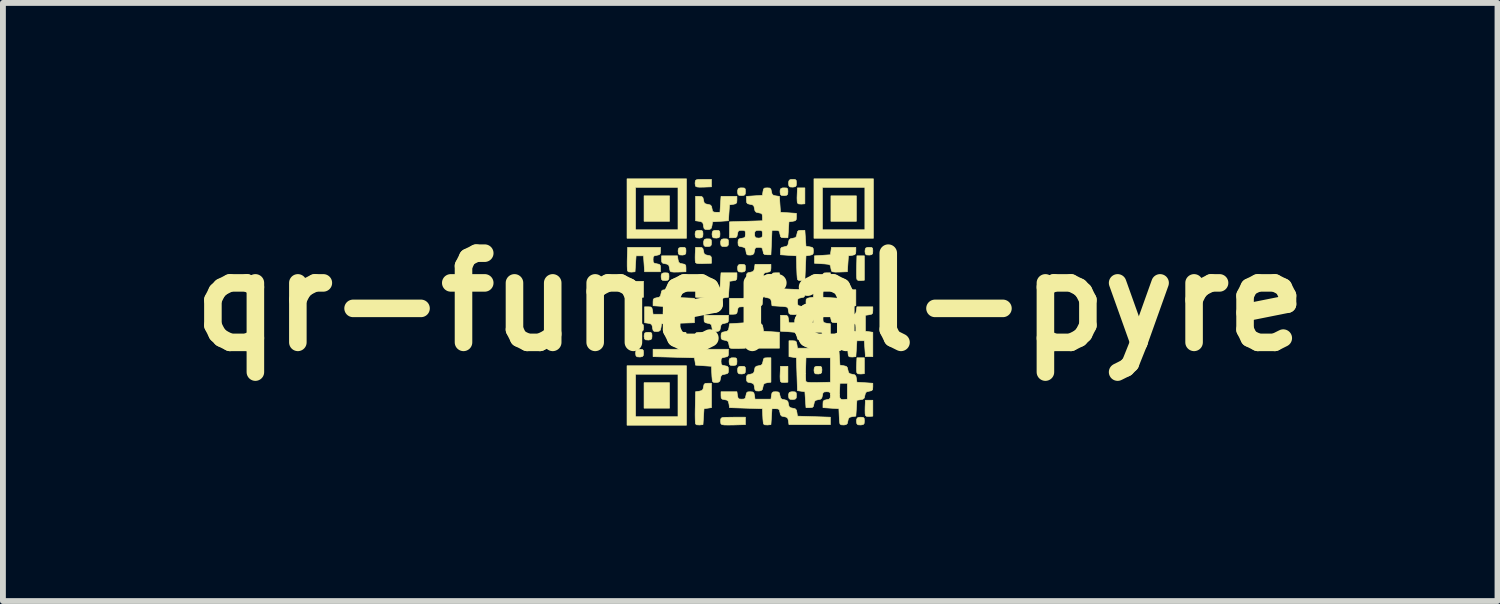
<source format=kicad_pcb>
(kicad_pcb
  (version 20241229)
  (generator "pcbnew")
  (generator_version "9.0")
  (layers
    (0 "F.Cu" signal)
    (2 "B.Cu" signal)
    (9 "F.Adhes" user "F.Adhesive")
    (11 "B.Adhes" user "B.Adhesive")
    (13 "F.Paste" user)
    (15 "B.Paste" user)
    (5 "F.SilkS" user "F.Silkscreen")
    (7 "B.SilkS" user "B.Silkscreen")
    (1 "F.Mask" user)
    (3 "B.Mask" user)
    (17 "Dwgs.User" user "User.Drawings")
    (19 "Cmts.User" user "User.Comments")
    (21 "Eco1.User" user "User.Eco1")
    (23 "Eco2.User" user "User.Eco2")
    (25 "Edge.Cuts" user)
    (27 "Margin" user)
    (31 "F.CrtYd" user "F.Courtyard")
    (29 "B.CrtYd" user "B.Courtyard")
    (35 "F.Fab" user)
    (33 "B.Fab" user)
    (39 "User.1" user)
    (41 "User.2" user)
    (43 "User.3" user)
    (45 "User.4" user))
  (footprint "qr-funeral-pyre"
    (layer "F.Cu")
    (at 9.768 2.11)
    (property "Reference" "qr-funeral-pyre" (at 0 0 0) (layer "F.SilkS") (effects (font (size 1.524 1.524) (thickness 0.3))))
    (attr through_hole)
    (fp_poly (pts (xy -1.379 -1.379) (xy -1.814 -1.379) (xy -1.814 -1.814) (xy -1.379 -1.814) (xy -1.379 -1.379)) (stroke (width 0.01) (type solid)) (fill yes) (layer "F.SilkS"))
    (fp_poly (pts (xy -1.379 1.814) (xy -1.814 1.814) (xy -1.814 1.379) (xy -1.379 1.379) (xy -1.379 1.814)) (stroke (width 0.01) (type solid)) (fill yes) (layer "F.SilkS"))
    (fp_poly (pts (xy 1.814 -1.379) (xy 1.379 -1.379) (xy 1.379 -1.814) (xy 1.814 -1.814) (xy 1.814 -1.379)) (stroke (width 0.01) (type solid)) (fill yes) (layer "F.SilkS"))
    (fp_poly (pts (xy 0.644 1.37) (xy 0.585 1.375) (xy 0.535 1.372) (xy 0.516 1.355) (xy 0.512 1.325) (xy 0.51 1.27) (xy 0.512 1.214) (xy 0.517 1.098) (xy 0.644 1.098) (xy 0.644 1.37)) (stroke (width 0.01) (type solid)) (fill yes) (layer "F.SilkS"))
    (fp_poly (pts (xy 0.934 -1.678) (xy 0.875 -1.673) (xy 0.826 -1.676) (xy 0.806 -1.693) (xy 0.802 -1.723) (xy 0.8 -1.778) (xy 0.802 -1.834) (xy 0.807 -1.95) (xy 0.934 -1.95) (xy 0.934 -1.678)) (stroke (width 0.01) (type solid)) (fill yes) (layer "F.SilkS"))
    (fp_poly (pts (xy 1.95 1.225) (xy 1.891 1.23) (xy 1.842 1.227) (xy 1.822 1.21) (xy 1.818 1.179) (xy 1.816 1.125) (xy 1.818 1.069) (xy 1.823 0.953) (xy 1.95 0.953) (xy 1.95 1.225)) (stroke (width 0.01) (type solid)) (fill yes) (layer "F.SilkS"))
    (fp_poly (pts (xy 2.095 1.95) (xy 2.036 1.956) (xy 1.987 1.953) (xy 1.967 1.936) (xy 1.963 1.905) (xy 1.962 1.851) (xy 1.963 1.794) (xy 1.968 1.678) (xy 2.095 1.678) (xy 2.095 1.95)) (stroke (width 0.01) (type solid)) (fill yes) (layer "F.SilkS"))
    (fp_poly (pts (xy 1.95 -0.372) (xy 1.891 -0.366) (xy 1.842 -0.369) (xy 1.823 -0.386) (xy 1.819 -0.413) (xy 1.817 -0.469) (xy 1.817 -0.542) (xy 1.818 -0.6) (xy 1.823 -0.789) (xy 1.95 -0.789) (xy 1.95 -0.372)) (stroke (width 0.01) (type solid)) (fill yes) (layer "F.SilkS"))
    (fp_poly (pts (xy -1.089 -1.089) (xy -2.105 -1.089) (xy -2.105 -1.959) (xy -1.959 -1.959) (xy -1.959 -1.234) (xy -1.234 -1.234) (xy -1.234 -1.959) (xy -1.959 -1.959) (xy -2.105 -1.959) (xy -2.105 -2.105) (xy -1.089 -2.105) (xy -1.089 -1.089)) (stroke (width 0.01) (type solid)) (fill yes) (layer "F.SilkS"))
    (fp_poly (pts (xy -1.089 2.105) (xy -2.105 2.105) (xy -2.105 1.234) (xy -1.959 1.234) (xy -1.959 1.959) (xy -1.234 1.959) (xy -1.234 1.234) (xy -1.959 1.234) (xy -2.105 1.234) (xy -2.105 1.089) (xy -1.089 1.089) (xy -1.089 2.105)) (stroke (width 0.01) (type solid)) (fill yes) (layer "F.SilkS"))
    (fp_poly (pts (xy 2.105 -1.089) (xy 1.089 -1.089) (xy 1.089 -1.959) (xy 1.234 -1.959) (xy 1.234 -1.234) (xy 1.959 -1.234) (xy 1.959 -1.959) (xy 1.234 -1.959) (xy 1.089 -1.959) (xy 1.089 -2.105) (xy 2.105 -2.105) (xy 2.105 -1.089)) (stroke (width 0.01) (type solid)) (fill yes) (layer "F.SilkS"))
    (fp_poly (pts (xy -1.989 0.52) (xy -1.972 0.536) (xy -1.969 0.576) (xy -1.968 0.581) (xy -1.972 0.624) (xy -1.989 0.643) (xy -2.028 0.65) (xy -2.078 0.646) (xy -2.097 0.628) (xy -2.103 0.589) (xy -2.101 0.559) (xy -2.091 0.53) (xy -2.063 0.519) (xy -2.032 0.517) (xy -1.989 0.52)) (stroke (width 0.01) (type solid)) (fill yes) (layer "F.SilkS"))
    (fp_poly (pts (xy -1.844 0.375) (xy -1.827 0.391) (xy -1.823 0.431) (xy -1.823 0.435) (xy -1.827 0.479) (xy -1.844 0.498) (xy -1.882 0.505) (xy -1.933 0.501) (xy -1.952 0.483) (xy -1.958 0.444) (xy -1.956 0.414) (xy -1.946 0.385) (xy -1.918 0.373) (xy -1.887 0.372) (xy -1.844 0.375)) (stroke (width 0.01) (type solid)) (fill yes) (layer "F.SilkS"))
    (fp_poly (pts (xy -1.844 0.81) (xy -1.827 0.826) (xy -1.823 0.866) (xy -1.823 0.871) (xy -1.827 0.914) (xy -1.844 0.933) (xy -1.882 0.94) (xy -1.933 0.936) (xy -1.952 0.919) (xy -1.958 0.879) (xy -1.956 0.849) (xy -1.946 0.82) (xy -1.918 0.809) (xy -1.887 0.807) (xy -1.844 0.81)) (stroke (width 0.01) (type solid)) (fill yes) (layer "F.SilkS"))
    (fp_poly (pts (xy -1.699 0.52) (xy -1.682 0.536) (xy -1.678 0.576) (xy -1.678 0.581) (xy -1.682 0.624) (xy -1.699 0.643) (xy -1.737 0.65) (xy -1.788 0.646) (xy -1.807 0.628) (xy -1.813 0.589) (xy -1.811 0.559) (xy -1.801 0.53) (xy -1.773 0.519) (xy -1.742 0.517) (xy -1.699 0.52)) (stroke (width 0.01) (type solid)) (fill yes) (layer "F.SilkS"))
    (fp_poly (pts (xy -1.409 -0.496) (xy -1.391 -0.48) (xy -1.388 -0.44) (xy -1.388 -0.435) (xy -1.391 -0.392) (xy -1.408 -0.373) (xy -1.447 -0.366) (xy -1.497 -0.37) (xy -1.516 -0.388) (xy -1.522 -0.427) (xy -1.521 -0.457) (xy -1.51 -0.486) (xy -1.482 -0.497) (xy -1.451 -0.499) (xy -1.409 -0.496)) (stroke (width 0.01) (type solid)) (fill yes) (layer "F.SilkS"))
    (fp_poly (pts (xy -1.119 -0.932) (xy -1.101 -0.916) (xy -1.098 -0.876) (xy -1.098 -0.871) (xy -1.101 -0.828) (xy -1.118 -0.809) (xy -1.157 -0.802) (xy -1.207 -0.805) (xy -1.226 -0.823) (xy -1.232 -0.862) (xy -1.231 -0.892) (xy -1.22 -0.921) (xy -1.192 -0.933) (xy -1.161 -0.934) (xy -1.119 -0.932)) (stroke (width 0.01) (type solid)) (fill yes) (layer "F.SilkS"))
    (fp_poly (pts (xy -1.098 -0.227) (xy -1.229 -0.221) (xy -1.302 -0.22) (xy -1.345 -0.225) (xy -1.367 -0.235) (xy -1.371 -0.243) (xy -1.377 -0.282) (xy -1.376 -0.312) (xy -1.37 -0.333) (xy -1.356 -0.346) (xy -1.326 -0.352) (xy -1.27 -0.354) (xy -1.234 -0.354) (xy -1.098 -0.354) (xy -1.098 -0.227)) (stroke (width 0.01) (type solid)) (fill yes) (layer "F.SilkS"))
    (fp_poly (pts (xy -1.098 0.644) (xy -1.229 0.649) (xy -1.302 0.651) (xy -1.345 0.646) (xy -1.367 0.635) (xy -1.371 0.628) (xy -1.377 0.589) (xy -1.376 0.559) (xy -1.37 0.538) (xy -1.356 0.525) (xy -1.326 0.519) (xy -1.27 0.517) (xy -1.234 0.517) (xy -1.098 0.517) (xy -1.098 0.644)) (stroke (width 0.01) (type solid)) (fill yes) (layer "F.SilkS"))
    (fp_poly (pts (xy -0.828 -1.222) (xy -0.811 -1.206) (xy -0.807 -1.166) (xy -0.807 -1.161) (xy -0.811 -1.118) (xy -0.828 -1.099) (xy -0.866 -1.092) (xy -0.917 -1.096) (xy -0.936 -1.113) (xy -0.942 -1.153) (xy -0.94 -1.183) (xy -0.93 -1.212) (xy -0.902 -1.223) (xy -0.871 -1.225) (xy -0.828 -1.222)) (stroke (width 0.01) (type solid)) (fill yes) (layer "F.SilkS"))
    (fp_poly (pts (xy -0.683 -1.077) (xy -0.666 -1.061) (xy -0.662 -1.021) (xy -0.662 -1.016) (xy -0.666 -0.973) (xy -0.683 -0.954) (xy -0.721 -0.947) (xy -0.772 -0.95) (xy -0.791 -0.968) (xy -0.797 -1.007) (xy -0.795 -1.037) (xy -0.785 -1.066) (xy -0.757 -1.078) (xy -0.726 -1.079) (xy -0.683 -1.077)) (stroke (width 0.01) (type solid)) (fill yes) (layer "F.SilkS"))
    (fp_poly (pts (xy -0.662 -1.968) (xy -0.794 -1.963) (xy -0.866 -1.962) (xy -0.91 -1.966) (xy -0.932 -1.977) (xy -0.936 -1.985) (xy -0.942 -2.023) (xy -0.94 -2.053) (xy -0.935 -2.075) (xy -0.921 -2.087) (xy -0.89 -2.093) (xy -0.835 -2.095) (xy -0.798 -2.095) (xy -0.662 -2.095) (xy -0.662 -1.968)) (stroke (width 0.01) (type solid)) (fill yes) (layer "F.SilkS"))
    (fp_poly (pts (xy -0.662 0.644) (xy -0.794 0.649) (xy -0.866 0.651) (xy -0.91 0.646) (xy -0.932 0.635) (xy -0.936 0.628) (xy -0.942 0.589) (xy -0.94 0.559) (xy -0.935 0.538) (xy -0.921 0.525) (xy -0.89 0.519) (xy -0.835 0.517) (xy -0.798 0.517) (xy -0.662 0.517) (xy -0.662 0.644)) (stroke (width 0.01) (type solid)) (fill yes) (layer "F.SilkS"))
    (fp_poly (pts (xy -0.538 -1.222) (xy -0.521 -1.206) (xy -0.517 -1.166) (xy -0.517 -1.161) (xy -0.52 -1.118) (xy -0.537 -1.099) (xy -0.576 -1.092) (xy -0.627 -1.096) (xy -0.646 -1.113) (xy -0.652 -1.153) (xy -0.65 -1.183) (xy -0.639 -1.212) (xy -0.611 -1.223) (xy -0.581 -1.225) (xy -0.538 -1.222)) (stroke (width 0.01) (type solid)) (fill yes) (layer "F.SilkS"))
    (fp_poly (pts (xy -0.393 -1.077) (xy -0.375 -1.061) (xy -0.372 -1.021) (xy -0.372 -1.016) (xy -0.375 -0.973) (xy -0.392 -0.954) (xy -0.431 -0.947) (xy -0.481 -0.95) (xy -0.5 -0.968) (xy -0.506 -1.007) (xy -0.505 -1.037) (xy -0.494 -1.066) (xy -0.466 -1.078) (xy -0.435 -1.079) (xy -0.393 -1.077)) (stroke (width 0.01) (type solid)) (fill yes) (layer "F.SilkS"))
    (fp_poly (pts (xy -0.248 0.955) (xy -0.23 0.971) (xy -0.227 1.011) (xy -0.227 1.016) (xy -0.23 1.059) (xy -0.247 1.078) (xy -0.286 1.085) (xy -0.336 1.082) (xy -0.355 1.064) (xy -0.361 1.025) (xy -0.36 0.995) (xy -0.349 0.966) (xy -0.321 0.954) (xy -0.29 0.953) (xy -0.248 0.955)) (stroke (width 0.01) (type solid)) (fill yes) (layer "F.SilkS"))
    (fp_poly (pts (xy -0.103 -1.948) (xy -0.085 -1.932) (xy -0.082 -1.892) (xy -0.082 -1.887) (xy -0.085 -1.844) (xy -0.102 -1.825) (xy -0.141 -1.818) (xy -0.191 -1.821) (xy -0.21 -1.839) (xy -0.216 -1.878) (xy -0.215 -1.908) (xy -0.204 -1.937) (xy -0.176 -1.949) (xy -0.145 -1.95) (xy -0.103 -1.948)) (stroke (width 0.01) (type solid)) (fill yes) (layer "F.SilkS"))
    (fp_poly (pts (xy -0.103 -0.641) (xy -0.085 -0.625) (xy -0.082 -0.585) (xy -0.082 -0.581) (xy -0.085 -0.537) (xy -0.102 -0.518) (xy -0.141 -0.511) (xy -0.191 -0.515) (xy -0.21 -0.533) (xy -0.216 -0.572) (xy -0.215 -0.602) (xy -0.204 -0.631) (xy -0.176 -0.643) (xy -0.145 -0.644) (xy -0.103 -0.641)) (stroke (width 0.01) (type solid)) (fill yes) (layer "F.SilkS"))
    (fp_poly (pts (xy -0.103 1.1) (xy -0.085 1.116) (xy -0.082 1.156) (xy -0.082 1.161) (xy -0.085 1.204) (xy -0.102 1.223) (xy -0.141 1.23) (xy -0.191 1.227) (xy -0.21 1.209) (xy -0.216 1.17) (xy -0.215 1.14) (xy -0.204 1.111) (xy -0.176 1.099) (xy -0.145 1.098) (xy -0.103 1.1)) (stroke (width 0.01) (type solid)) (fill yes) (layer "F.SilkS"))
    (fp_poly (pts (xy 0.623 -1.948) (xy 0.641 -1.932) (xy 0.644 -1.892) (xy 0.644 -1.887) (xy 0.641 -1.844) (xy 0.624 -1.825) (xy 0.585 -1.818) (xy 0.535 -1.821) (xy 0.516 -1.839) (xy 0.51 -1.878) (xy 0.511 -1.908) (xy 0.522 -1.937) (xy 0.55 -1.949) (xy 0.581 -1.95) (xy 0.623 -1.948)) (stroke (width 0.01) (type solid)) (fill yes) (layer "F.SilkS"))
    (fp_poly (pts (xy 0.768 -2.093) (xy 0.786 -2.077) (xy 0.789 -2.037) (xy 0.789 -2.032) (xy 0.786 -1.989) (xy 0.769 -1.97) (xy 0.73 -1.963) (xy 0.68 -1.966) (xy 0.661 -1.984) (xy 0.655 -2.023) (xy 0.656 -2.053) (xy 0.667 -2.082) (xy 0.695 -2.094) (xy 0.726 -2.095) (xy 0.768 -2.093)) (stroke (width 0.01) (type solid)) (fill yes) (layer "F.SilkS"))
    (fp_poly (pts (xy 0.768 1.536) (xy 0.786 1.552) (xy 0.789 1.592) (xy 0.789 1.597) (xy 0.786 1.64) (xy 0.769 1.659) (xy 0.73 1.666) (xy 0.68 1.662) (xy 0.661 1.644) (xy 0.655 1.605) (xy 0.656 1.575) (xy 0.667 1.546) (xy 0.695 1.535) (xy 0.726 1.533) (xy 0.768 1.536)) (stroke (width 0.01) (type solid)) (fill yes) (layer "F.SilkS"))
    (fp_poly (pts (xy 1.204 1.1) (xy 1.221 1.116) (xy 1.225 1.156) (xy 1.225 1.161) (xy 1.221 1.204) (xy 1.204 1.223) (xy 1.166 1.23) (xy 1.115 1.227) (xy 1.096 1.209) (xy 1.09 1.17) (xy 1.092 1.14) (xy 1.102 1.111) (xy 1.13 1.099) (xy 1.161 1.098) (xy 1.204 1.1)) (stroke (width 0.01) (type solid)) (fill yes) (layer "F.SilkS"))
    (fp_poly (pts (xy 1.805 0.064) (xy 1.746 0.069) (xy 1.699 0.067) (xy 1.679 0.051) (xy 1.671 0.015) (xy 1.665 -0.018) (xy 1.654 -0.051) (xy 1.623 -0.068) (xy 1.597 -0.073) (xy 1.554 -0.082) (xy 1.536 -0.102) (xy 1.533 -0.145) (xy 1.533 -0.209) (xy 1.805 -0.209) (xy 1.805 0.064)) (stroke (width 0.01) (type solid)) (fill yes) (layer "F.SilkS"))
    (fp_poly (pts (xy 1.929 1.971) (xy 1.947 1.987) (xy 1.95 2.027) (xy 1.95 2.032) (xy 1.947 2.075) (xy 1.93 2.094) (xy 1.891 2.101) (xy 1.841 2.098) (xy 1.822 2.08) (xy 1.816 2.041) (xy 1.817 2.011) (xy 1.828 1.982) (xy 1.856 1.97) (xy 1.887 1.968) (xy 1.929 1.971)) (stroke (width 0.01) (type solid)) (fill yes) (layer "F.SilkS"))
    (fp_poly (pts (xy 2.075 -0.932) (xy 2.092 -0.916) (xy 2.095 -0.876) (xy 2.095 -0.871) (xy 2.092 -0.828) (xy 2.075 -0.809) (xy 2.036 -0.802) (xy 1.986 -0.805) (xy 1.967 -0.823) (xy 1.961 -0.862) (xy 1.963 -0.892) (xy 1.973 -0.921) (xy 2.001 -0.933) (xy 2.032 -0.934) (xy 2.075 -0.932)) (stroke (width 0.01) (type solid)) (fill yes) (layer "F.SilkS"))
    (fp_poly (pts (xy -1.823 -0.082) (xy -1.887 -0.073) (xy -1.931 -0.062) (xy -1.951 -0.038) (xy -1.959 0) (xy -1.97 0.044) (xy -1.992 0.063) (xy -2.028 0.069) (xy -2.077 0.066) (xy -2.096 0.05) (xy -2.1 0.022) (xy -2.102 -0.033) (xy -2.102 -0.107) (xy -2.101 -0.165) (xy -2.095 -0.354) (xy -1.823 -0.354) (xy -1.823 -0.082)) (stroke (width 0.01) (type solid)) (fill yes) (layer "F.SilkS"))
    (fp_poly (pts (xy -0.082 2.095) (xy -0.286 2.101) (xy -0.378 2.102) (xy -0.44 2.101) (xy -0.477 2.096) (xy -0.496 2.086) (xy -0.501 2.079) (xy -0.506 2.041) (xy -0.505 2.011) (xy -0.501 1.993) (xy -0.491 1.981) (xy -0.468 1.973) (xy -0.427 1.97) (xy -0.361 1.969) (xy -0.29 1.968) (xy -0.082 1.968) (xy -0.082 2.095)) (stroke (width 0.01) (type solid)) (fill yes) (layer "F.SilkS"))
    (fp_poly (pts (xy -0.828 -0.931) (xy -0.808 -0.913) (xy -0.798 -0.871) (xy -0.788 -0.827) (xy -0.764 -0.807) (xy -0.726 -0.798) (xy -0.683 -0.789) (xy -0.666 -0.769) (xy -0.662 -0.726) (xy -0.662 -0.662) (xy -0.794 -0.657) (xy -0.868 -0.656) (xy -0.912 -0.66) (xy -0.933 -0.672) (xy -0.936 -0.677) (xy -0.94 -0.708) (xy -0.941 -0.762) (xy -0.94 -0.818) (xy -0.934 -0.934) (xy -0.871 -0.934) (xy -0.828 -0.931)) (stroke (width 0.01) (type solid)) (fill yes) (layer "F.SilkS"))
    (fp_poly (pts (xy -0.662 1.805) (xy -0.726 1.814) (xy -0.789 1.823) (xy -0.798 1.959) (xy -0.807 2.095) (xy -0.866 2.101) (xy -0.915 2.098) (xy -0.935 2.082) (xy -0.938 2.056) (xy -0.94 2.001) (xy -0.941 1.924) (xy -0.94 1.832) (xy -0.939 1.795) (xy -0.934 1.533) (xy -0.871 1.524) (xy -0.827 1.513) (xy -0.807 1.49) (xy -0.798 1.451) (xy -0.789 1.409) (xy -0.769 1.391) (xy -0.726 1.388) (xy -0.662 1.388) (xy -0.662 1.805)) (stroke (width 0.01) (type solid)) (fill yes) (layer "F.SilkS"))
    (fp_poly (pts (xy -0.372 0.29) (xy -0.375 0.333) (xy -0.393 0.353) (xy -0.435 0.363) (xy -0.479 0.374) (xy -0.5 0.397) (xy -0.508 0.435) (xy -0.518 0.479) (xy -0.541 0.498) (xy -0.576 0.505) (xy -0.624 0.502) (xy -0.643 0.486) (xy -0.652 0.45) (xy -0.657 0.417) (xy -0.668 0.384) (xy -0.699 0.368) (xy -0.726 0.363) (xy -0.768 0.353) (xy -0.786 0.333) (xy -0.789 0.29) (xy -0.789 0.227) (xy -0.372 0.227) (xy -0.372 0.29)) (stroke (width 0.01) (type solid)) (fill yes) (layer "F.SilkS"))
    (fp_poly (pts (xy -1.234 -0.726) (xy -1.223 -0.682) (xy -1.2 -0.661) (xy -1.161 -0.653) (xy -1.118 -0.644) (xy -1.101 -0.623) (xy -1.098 -0.581) (xy -1.098 -0.517) (xy -1.229 -0.512) (xy -1.305 -0.511) (xy -1.35 -0.516) (xy -1.369 -0.528) (xy -1.369 -0.53) (xy -1.377 -0.566) (xy -1.383 -0.599) (xy -1.394 -0.632) (xy -1.425 -0.648) (xy -1.451 -0.653) (xy -1.494 -0.663) (xy -1.512 -0.683) (xy -1.515 -0.726) (xy -1.515 -0.789) (xy -1.243 -0.789) (xy -1.234 -0.726)) (stroke (width 0.01) (type solid)) (fill yes) (layer "F.SilkS"))
    (fp_poly (pts (xy 1.805 -0.871) (xy 1.802 -0.828) (xy 1.784 -0.808) (xy 1.742 -0.798) (xy 1.678 -0.789) (xy 1.669 -0.653) (xy 1.66 -0.517) (xy 1.528 -0.512) (xy 1.453 -0.511) (xy 1.408 -0.516) (xy 1.389 -0.528) (xy 1.389 -0.53) (xy 1.38 -0.566) (xy 1.375 -0.599) (xy 1.37 -0.622) (xy 1.356 -0.636) (xy 1.326 -0.645) (xy 1.271 -0.651) (xy 1.234 -0.653) (xy 1.098 -0.662) (xy 1.098 -0.789) (xy 1.234 -0.798) (xy 1.37 -0.807) (xy 1.379 -0.871) (xy 1.388 -0.934) (xy 1.805 -0.934) (xy 1.805 -0.871)) (stroke (width 0.01) (type solid)) (fill yes) (layer "F.SilkS"))
    (fp_poly (pts (xy -1.533 -0.871) (xy -1.537 -0.828) (xy -1.554 -0.808) (xy -1.597 -0.798) (xy -1.639 -0.789) (xy -1.657 -0.769) (xy -1.66 -0.726) (xy -1.657 -0.683) (xy -1.639 -0.663) (xy -1.597 -0.653) (xy -1.554 -0.644) (xy -1.536 -0.623) (xy -1.533 -0.581) (xy -1.533 -0.517) (xy -1.805 -0.517) (xy -1.814 -0.653) (xy -1.823 -0.789) (xy -1.95 -0.789) (xy -1.959 -0.653) (xy -1.968 -0.517) (xy -2.028 -0.511) (xy -2.077 -0.515) (xy -2.096 -0.531) (xy -2.1 -0.559) (xy -2.102 -0.614) (xy -2.102 -0.687) (xy -2.101 -0.745) (xy -2.095 -0.934) (xy -1.533 -0.934) (xy -1.533 -0.871)) (stroke (width 0.01) (type solid)) (fill yes) (layer "F.SilkS"))
    (fp_poly (pts (xy -0.227 -0.435) (xy -0.23 -0.392) (xy -0.248 -0.372) (xy -0.29 -0.363) (xy -0.354 -0.354) (xy -0.363 -0.218) (xy -0.372 -0.082) (xy -0.435 -0.073) (xy -0.479 -0.062) (xy -0.5 -0.038) (xy -0.508 0) (xy -0.518 0.044) (xy -0.541 0.063) (xy -0.576 0.069) (xy -0.624 0.067) (xy -0.643 0.051) (xy -0.652 0.015) (xy -0.657 -0.018) (xy -0.662 -0.041) (xy -0.676 -0.056) (xy -0.706 -0.064) (xy -0.761 -0.07) (xy -0.798 -0.073) (xy -0.934 -0.082) (xy -0.934 -0.354) (xy -0.662 -0.354) (xy -0.653 -0.29) (xy -0.644 -0.248) (xy -0.623 -0.23) (xy -0.581 -0.227) (xy -0.517 -0.227) (xy -0.508 -0.363) (xy -0.499 -0.499) (xy -0.227 -0.499) (xy -0.227 -0.435)) (stroke (width 0.01) (type solid)) (fill yes) (layer "F.SilkS"))
    (fp_poly (pts (xy 0.354 1.37) (xy 0.29 1.379) (xy 0.246 1.39) (xy 0.226 1.413) (xy 0.218 1.451) (xy 0.207 1.495) (xy 0.185 1.514) (xy 0.15 1.521) (xy 0.102 1.518) (xy 0.082 1.502) (xy 0.074 1.466) (xy 0.069 1.433) (xy 0.058 1.4) (xy 0.027 1.384) (xy 0 1.379) (xy -0.043 1.369) (xy -0.06 1.349) (xy -0.064 1.306) (xy -0.06 1.263) (xy -0.042 1.243) (xy 0 1.234) (xy 0.044 1.223) (xy 0.064 1.2) (xy 0.073 1.161) (xy 0.083 1.117) (xy 0.107 1.097) (xy 0.145 1.089) (xy 0.189 1.078) (xy 0.209 1.054) (xy 0.218 1.016) (xy 0.227 0.973) (xy 0.247 0.956) (xy 0.29 0.953) (xy 0.354 0.953) (xy 0.354 1.37)) (stroke (width 0.01) (type solid)) (fill yes) (layer "F.SilkS"))
    (fp_poly (pts (xy -0.372 0.871) (xy -0.375 0.914) (xy -0.393 0.934) (xy -0.435 0.943) (xy -0.478 0.953) (xy -0.496 0.973) (xy -0.499 1.016) (xy -0.495 1.059) (xy -0.478 1.079) (xy -0.435 1.089) (xy -0.393 1.098) (xy -0.375 1.118) (xy -0.372 1.161) (xy -0.375 1.204) (xy -0.393 1.224) (xy -0.435 1.234) (xy -0.479 1.244) (xy -0.5 1.268) (xy -0.508 1.306) (xy -0.518 1.35) (xy -0.541 1.369) (xy -0.576 1.375) (xy -0.624 1.373) (xy -0.644 1.357) (xy -0.649 1.328) (xy -0.654 1.274) (xy -0.657 1.216) (xy -0.662 1.098) (xy -0.798 1.089) (xy -0.934 1.079) (xy -0.943 1.016) (xy -0.953 0.953) (xy -1.306 0.943) (xy -1.66 0.934) (xy -1.66 0.807) (xy -0.372 0.807) (xy -0.372 0.871)) (stroke (width 0.01) (type solid)) (fill yes) (layer "F.SilkS"))
    (fp_poly (pts (xy -0.828 -1.802) (xy -0.808 -1.784) (xy -0.798 -1.742) (xy -0.788 -1.698) (xy -0.764 -1.677) (xy -0.726 -1.669) (xy -0.682 -1.658) (xy -0.661 -1.635) (xy -0.653 -1.597) (xy -0.644 -1.554) (xy -0.623 -1.536) (xy -0.581 -1.533) (xy -0.517 -1.533) (xy -0.508 -1.669) (xy -0.499 -1.805) (xy -0.227 -1.805) (xy -0.227 -1.742) (xy -0.23 -1.699) (xy -0.248 -1.679) (xy -0.29 -1.669) (xy -0.354 -1.66) (xy -0.363 -1.524) (xy -0.372 -1.388) (xy -0.508 -1.379) (xy -0.644 -1.37) (xy -0.653 -1.306) (xy -0.664 -1.263) (xy -0.686 -1.243) (xy -0.721 -1.237) (xy -0.769 -1.24) (xy -0.788 -1.255) (xy -0.797 -1.291) (xy -0.802 -1.324) (xy -0.813 -1.357) (xy -0.844 -1.374) (xy -0.871 -1.379) (xy -0.934 -1.388) (xy -0.934 -1.805) (xy -0.871 -1.805) (xy -0.828 -1.802)) (stroke (width 0.01) (type solid)) (fill yes) (layer "F.SilkS"))
    (fp_poly (pts (xy 0.943 -1.089) (xy 0.953 -0.953) (xy 1.016 -0.943) (xy 1.059 -0.934) (xy 1.076 -0.914) (xy 1.079 -0.871) (xy 1.076 -0.828) (xy 1.058 -0.808) (xy 1.016 -0.798) (xy 0.953 -0.789) (xy 0.943 -0.581) (xy 0.934 -0.372) (xy 0.875 -0.366) (xy 0.828 -0.369) (xy 0.808 -0.384) (xy 0.803 -0.412) (xy 0.799 -0.466) (xy 0.796 -0.54) (xy 0.794 -0.599) (xy 0.789 -0.789) (xy 0.653 -0.798) (xy 0.517 -0.807) (xy 0.517 -0.871) (xy 0.521 -0.914) (xy 0.538 -0.934) (xy 0.581 -0.943) (xy 0.624 -0.954) (xy 0.645 -0.978) (xy 0.653 -1.016) (xy 0.664 -1.06) (xy 0.687 -1.08) (xy 0.726 -1.089) (xy 0.77 -1.099) (xy 0.79 -1.123) (xy 0.798 -1.161) (xy 0.808 -1.204) (xy 0.828 -1.221) (xy 0.871 -1.225) (xy 0.934 -1.225) (xy 0.943 -1.089)) (stroke (width 0.01) (type solid)) (fill yes) (layer "F.SilkS"))
    (fp_poly (pts (xy 2.095 0.145) (xy 2.092 0.188) (xy 2.074 0.208) (xy 2.032 0.218) (xy 1.968 0.227) (xy 1.968 0.499) (xy 2.095 0.517) (xy 2.095 0.934) (xy 1.968 0.934) (xy 1.959 0.798) (xy 1.95 0.662) (xy 1.823 0.662) (xy 1.814 0.798) (xy 1.805 0.934) (xy 1.746 0.94) (xy 1.699 0.937) (xy 1.679 0.922) (xy 1.673 0.892) (xy 1.668 0.839) (xy 1.665 0.78) (xy 1.66 0.662) (xy 1.597 0.653) (xy 1.554 0.644) (xy 1.536 0.623) (xy 1.533 0.581) (xy 1.533 0.517) (xy 1.805 0.499) (xy 1.805 0.435) (xy 1.802 0.392) (xy 1.784 0.372) (xy 1.742 0.363) (xy 1.699 0.353) (xy 1.682 0.333) (xy 1.678 0.29) (xy 1.682 0.247) (xy 1.699 0.227) (xy 1.742 0.218) (xy 1.786 0.207) (xy 1.806 0.184) (xy 1.814 0.145) (xy 1.823 0.082) (xy 2.095 0.082) (xy 2.095 0.145)) (stroke (width 0.01) (type solid)) (fill yes) (layer "F.SilkS"))
    (fp_poly (pts (xy -1.408 -0.205) (xy -1.388 -0.188) (xy -1.379 -0.145) (xy -1.37 -0.082) (xy -1.161 -0.073) (xy -0.953 -0.064) (xy -0.953 0.064) (xy -1.089 0.073) (xy -1.225 0.082) (xy -1.225 0.209) (xy -1.089 0.218) (xy -0.953 0.227) (xy -0.953 0.354) (xy -1.234 0.363) (xy -1.515 0.372) (xy -1.524 0.435) (xy -1.534 0.479) (xy -1.557 0.498) (xy -1.592 0.505) (xy -1.64 0.502) (xy -1.659 0.486) (xy -1.668 0.45) (xy -1.673 0.417) (xy -1.684 0.384) (xy -1.715 0.368) (xy -1.742 0.363) (xy -1.805 0.354) (xy -1.805 0.082) (xy -1.742 0.082) (xy -1.699 0.085) (xy -1.679 0.103) (xy -1.669 0.145) (xy -1.66 0.209) (xy -1.388 0.209) (xy -1.388 0.082) (xy -1.524 0.073) (xy -1.66 0.064) (xy -1.66 0) (xy -1.657 -0.043) (xy -1.639 -0.063) (xy -1.597 -0.073) (xy -1.553 -0.083) (xy -1.532 -0.107) (xy -1.524 -0.145) (xy -1.514 -0.188) (xy -1.494 -0.205) (xy -1.451 -0.209) (xy -1.408 -0.205)) (stroke (width 0.01) (type solid)) (fill yes) (layer "F.SilkS"))
    (fp_poly (pts (xy 0.209 0) (xy 0.205 0.043) (xy 0.188 0.063) (xy 0.145 0.073) (xy 0.082 0.082) (xy 0.082 0.354) (xy 0.145 0.363) (xy 0.189 0.374) (xy 0.209 0.397) (xy 0.218 0.435) (xy 0.227 0.499) (xy 0.363 0.508) (xy 0.499 0.517) (xy 0.499 0.789) (xy 0.082 0.789) (xy 0.073 0.726) (xy 0.063 0.683) (xy 0.043 0.666) (xy 0 0.662) (xy -0.043 0.666) (xy -0.063 0.683) (xy -0.073 0.726) (xy -0.082 0.789) (xy -0.213 0.795) (xy -0.289 0.795) (xy -0.334 0.79) (xy -0.353 0.778) (xy -0.353 0.776) (xy -0.361 0.741) (xy -0.367 0.708) (xy -0.378 0.675) (xy -0.409 0.658) (xy -0.435 0.653) (xy -0.478 0.644) (xy -0.496 0.623) (xy -0.499 0.581) (xy -0.495 0.537) (xy -0.478 0.517) (xy -0.435 0.508) (xy -0.392 0.497) (xy -0.371 0.474) (xy -0.363 0.435) (xy -0.354 0.372) (xy -0.218 0.363) (xy -0.082 0.354) (xy -0.082 0.082) (xy -0.145 0.082) (xy -0.188 0.085) (xy -0.208 0.103) (xy -0.218 0.145) (xy -0.227 0.188) (xy -0.247 0.205) (xy -0.29 0.209) (xy -0.354 0.209) (xy -0.354 -0.064) (xy 0.209 -0.064) (xy 0.209 0)) (stroke (width 0.01) (type solid)) (fill yes) (layer "F.SilkS"))
    (fp_poly (pts (xy -0.218 1.597) (xy -0.208 1.639) (xy -0.188 1.657) (xy -0.145 1.66) (xy -0.102 1.657) (xy -0.082 1.639) (xy -0.073 1.597) (xy -0.063 1.554) (xy -0.043 1.536) (xy 0 1.533) (xy 0.043 1.537) (xy 0.063 1.554) (xy 0.073 1.597) (xy 0.082 1.66) (xy 0.354 1.66) (xy 0.363 1.597) (xy 0.372 1.554) (xy 0.393 1.536) (xy 0.435 1.533) (xy 0.479 1.537) (xy 0.499 1.554) (xy 0.508 1.597) (xy 0.519 1.64) (xy 0.542 1.661) (xy 0.581 1.669) (xy 0.624 1.68) (xy 0.645 1.703) (xy 0.653 1.742) (xy 0.664 1.786) (xy 0.687 1.806) (xy 0.726 1.814) (xy 0.77 1.825) (xy 0.79 1.848) (xy 0.798 1.887) (xy 0.807 1.95) (xy 1.089 1.959) (xy 1.37 1.968) (xy 1.37 2.095) (xy 0.662 2.095) (xy 0.653 2.032) (xy 0.642 1.988) (xy 0.619 1.968) (xy 0.581 1.959) (xy 0.537 1.949) (xy 0.516 1.925) (xy 0.508 1.887) (xy 0.498 1.844) (xy 0.478 1.827) (xy 0.435 1.823) (xy 0.372 1.823) (xy 0.363 1.959) (xy 0.354 2.095) (xy 0.295 2.101) (xy 0.247 2.098) (xy 0.227 2.083) (xy 0.222 2.053) (xy 0.217 2) (xy 0.214 1.941) (xy 0.209 1.823) (xy -0.073 1.814) (xy -0.354 1.805) (xy -0.363 1.742) (xy -0.374 1.698) (xy -0.397 1.677) (xy -0.435 1.669) (xy -0.478 1.66) (xy -0.496 1.639) (xy -0.499 1.597) (xy -0.499 1.533) (xy -0.227 1.533) (xy -0.218 1.597)) (stroke (width 0.01) (type solid)) (fill yes) (layer "F.SilkS"))
    (fp_poly (pts (xy 1.37 -0.227) (xy 1.306 -0.218) (xy 1.264 -0.208) (xy 1.246 -0.188) (xy 1.243 -0.145) (xy 1.243 -0.082) (xy 1.379 -0.073) (xy 1.515 -0.064) (xy 1.515 0.354) (xy 1.451 0.354) (xy 1.408 0.35) (xy 1.388 0.333) (xy 1.379 0.29) (xy 1.369 0.248) (xy 1.349 0.23) (xy 1.306 0.227) (xy 1.264 0.23) (xy 1.246 0.245) (xy 1.243 0.285) (xy 1.243 0.29) (xy 1.246 0.333) (xy 1.264 0.353) (xy 1.306 0.363) (xy 1.37 0.372) (xy 1.37 0.644) (xy 1.306 0.644) (xy 1.263 0.641) (xy 1.243 0.623) (xy 1.234 0.581) (xy 1.225 0.517) (xy 0.953 0.517) (xy 0.943 0.581) (xy 0.933 0.624) (xy 0.911 0.643) (xy 0.875 0.65) (xy 0.828 0.647) (xy 0.808 0.632) (xy 0.8 0.595) (xy 0.795 0.562) (xy 0.79 0.539) (xy 0.776 0.525) (xy 0.745 0.516) (xy 0.69 0.511) (xy 0.653 0.508) (xy 0.517 0.499) (xy 0.517 0.227) (xy 0.581 0.227) (xy 0.624 0.23) (xy 0.644 0.248) (xy 0.653 0.29) (xy 0.662 0.354) (xy 1.079 0.354) (xy 1.079 0.082) (xy 1.016 0.073) (xy 0.973 0.063) (xy 0.956 0.043) (xy 0.953 0) (xy 0.956 -0.043) (xy 0.974 -0.063) (xy 1.016 -0.073) (xy 1.079 -0.082) (xy 1.089 -0.218) (xy 1.098 -0.354) (xy 1.161 -0.363) (xy 1.205 -0.374) (xy 1.225 -0.397) (xy 1.234 -0.435) (xy 1.243 -0.478) (xy 1.263 -0.496) (xy 1.306 -0.499) (xy 1.37 -0.499) (xy 1.37 -0.227)) (stroke (width 0.01) (type solid)) (fill yes) (layer "F.SilkS"))
    (fp_poly (pts (xy 0.354 -0.581) (xy 0.35 -0.537) (xy 0.333 -0.517) (xy 0.29 -0.508) (xy 0.248 -0.498) (xy 0.23 -0.478) (xy 0.227 -0.435) (xy 0.23 -0.393) (xy 0.245 -0.375) (xy 0.285 -0.372) (xy 0.29 -0.372) (xy 0.333 -0.375) (xy 0.353 -0.393) (xy 0.363 -0.435) (xy 0.372 -0.478) (xy 0.393 -0.496) (xy 0.435 -0.499) (xy 0.499 -0.499) (xy 0.517 -0.227) (xy 0.726 -0.218) (xy 0.934 -0.209) (xy 0.934 -0.145) (xy 0.931 -0.102) (xy 0.913 -0.082) (xy 0.871 -0.073) (xy 0.828 -0.063) (xy 0.811 -0.043) (xy 0.807 0) (xy 0.811 0.043) (xy 0.828 0.063) (xy 0.871 0.073) (xy 0.914 0.082) (xy 0.931 0.102) (xy 0.934 0.145) (xy 0.934 0.209) (xy 0.803 0.214) (xy 0.727 0.215) (xy 0.682 0.209) (xy 0.663 0.197) (xy 0.663 0.196) (xy 0.655 0.16) (xy 0.649 0.127) (xy 0.644 0.104) (xy 0.631 0.089) (xy 0.6 0.081) (xy 0.545 0.075) (xy 0.508 0.073) (xy 0.372 0.064) (xy 0.363 0) (xy 0.352 -0.044) (xy 0.329 -0.064) (xy 0.29 -0.073) (xy 0.246 -0.083) (xy 0.226 -0.107) (xy 0.218 -0.145) (xy 0.207 -0.189) (xy 0.184 -0.209) (xy 0.145 -0.218) (xy 0.101 -0.228) (xy 0.081 -0.252) (xy 0.073 -0.29) (xy 0.062 -0.334) (xy 0.038 -0.355) (xy 0 -0.363) (xy -0.043 -0.372) (xy -0.06 -0.393) (xy -0.064 -0.435) (xy -0.06 -0.479) (xy -0.042 -0.499) (xy 0 -0.508) (xy 0.044 -0.519) (xy 0.064 -0.542) (xy 0.073 -0.581) (xy 0.082 -0.644) (xy 0.354 -0.644) (xy 0.354 -0.581)) (stroke (width 0.01) (type solid)) (fill yes) (layer "F.SilkS"))
    (fp_poly (pts (xy 0.333 -1.947) (xy 0.353 -1.929) (xy 0.363 -1.887) (xy 0.374 -1.843) (xy 0.397 -1.823) (xy 0.435 -1.814) (xy 0.499 -1.805) (xy 0.508 -1.669) (xy 0.517 -1.533) (xy 0.653 -1.524) (xy 0.789 -1.515) (xy 0.789 -1.451) (xy 0.786 -1.408) (xy 0.768 -1.388) (xy 0.726 -1.379) (xy 0.662 -1.37) (xy 0.653 -1.234) (xy 0.644 -1.098) (xy 0.581 -1.098) (xy 0.537 -1.101) (xy 0.517 -1.119) (xy 0.508 -1.161) (xy 0.498 -1.204) (xy 0.478 -1.221) (xy 0.435 -1.225) (xy 0.372 -1.225) (xy 0.363 -1.016) (xy 0.354 -0.807) (xy 0.29 -0.807) (xy 0.247 -0.811) (xy 0.227 -0.828) (xy 0.218 -0.871) (xy 0.208 -0.914) (xy 0.188 -0.931) (xy 0.145 -0.934) (xy 0.102 -0.931) (xy 0.082 -0.913) (xy 0.073 -0.871) (xy 0.062 -0.827) (xy 0.04 -0.808) (xy 0.004 -0.802) (xy -0.043 -0.804) (xy -0.063 -0.82) (xy -0.071 -0.856) (xy -0.076 -0.889) (xy -0.088 -0.922) (xy -0.119 -0.938) (xy -0.145 -0.943) (xy -0.188 -0.953) (xy -0.205 -0.973) (xy -0.209 -1.016) (xy -0.205 -1.059) (xy -0.188 -1.079) (xy -0.145 -1.089) (xy -0.102 -1.098) (xy -0.085 -1.118) (xy -0.082 -1.161) (xy -0.083 -1.183) (xy 0.076 -1.183) (xy 0.076 -1.126) (xy 0.098 -1.097) (xy 0.145 -1.092) (xy 0.15 -1.092) (xy 0.189 -1.099) (xy 0.206 -1.119) (xy 0.209 -1.161) (xy 0.206 -1.204) (xy 0.19 -1.221) (xy 0.15 -1.225) (xy 0.145 -1.225) (xy 0.101 -1.22) (xy 0.081 -1.203) (xy 0.076 -1.183) (xy -0.083 -1.183) (xy -0.084 -1.204) (xy -0.1 -1.221) (xy -0.14 -1.225) (xy -0.145 -1.225) (xy -0.188 -1.221) (xy -0.208 -1.204) (xy -0.218 -1.161) (xy -0.227 -1.118) (xy -0.247 -1.101) (xy -0.29 -1.098) (xy -0.354 -1.098) (xy -0.354 -1.37) (xy -0.073 -1.379) (xy 0.209 -1.388) (xy 0.209 -1.451) (xy 0.205 -1.495) (xy 0.188 -1.515) (xy 0.145 -1.524) (xy 0.101 -1.535) (xy 0.081 -1.558) (xy 0.073 -1.597) (xy 0.062 -1.64) (xy 0.038 -1.661) (xy 0 -1.669) (xy -0.043 -1.679) (xy -0.06 -1.699) (xy -0.064 -1.742) (xy -0.064 -1.805) (xy 0.073 -1.814) (xy 0.209 -1.823) (xy 0.218 -1.887) (xy 0.227 -1.93) (xy 0.247 -1.947) (xy 0.29 -1.95) (xy 0.333 -1.947)) (stroke (width 0.01) (type solid)) (fill yes) (layer "F.SilkS"))
    (fp_poly (pts (xy 0.769 0.666) (xy 0.789 0.683) (xy 0.798 0.726) (xy 0.807 0.789) (xy 1.079 0.789) (xy 1.089 0.726) (xy 1.098 0.683) (xy 1.118 0.666) (xy 1.161 0.662) (xy 1.204 0.666) (xy 1.224 0.683) (xy 1.234 0.726) (xy 1.243 0.789) (xy 1.379 0.798) (xy 1.515 0.807) (xy 1.524 0.943) (xy 1.533 1.079) (xy 1.597 1.089) (xy 1.64 1.099) (xy 1.661 1.123) (xy 1.669 1.161) (xy 1.68 1.205) (xy 1.703 1.225) (xy 1.742 1.234) (xy 1.786 1.244) (xy 1.806 1.268) (xy 1.814 1.306) (xy 1.823 1.37) (xy 1.959 1.379) (xy 2.095 1.388) (xy 2.095 1.451) (xy 2.092 1.495) (xy 2.074 1.515) (xy 2.032 1.524) (xy 1.988 1.535) (xy 1.968 1.558) (xy 1.959 1.597) (xy 1.949 1.64) (xy 1.925 1.661) (xy 1.887 1.669) (xy 1.823 1.678) (xy 1.814 1.814) (xy 1.805 1.95) (xy 1.742 1.959) (xy 1.698 1.97) (xy 1.677 1.994) (xy 1.669 2.032) (xy 1.659 2.076) (xy 1.636 2.095) (xy 1.601 2.101) (xy 1.554 2.098) (xy 1.533 2.083) (xy 1.528 2.053) (xy 1.523 2) (xy 1.52 1.941) (xy 1.515 1.823) (xy 1.379 1.814) (xy 1.243 1.805) (xy 1.243 1.742) (xy 1.246 1.699) (xy 1.264 1.679) (xy 1.306 1.669) (xy 1.349 1.66) (xy 1.366 1.639) (xy 1.37 1.597) (xy 1.369 1.583) (xy 1.526 1.583) (xy 1.53 1.633) (xy 1.545 1.658) (xy 1.572 1.667) (xy 1.601 1.666) (xy 1.66 1.66) (xy 1.66 1.388) (xy 1.533 1.388) (xy 1.528 1.504) (xy 1.526 1.583) (xy 1.369 1.583) (xy 1.367 1.554) (xy 1.351 1.537) (xy 1.311 1.533) (xy 1.306 1.533) (xy 1.263 1.537) (xy 1.243 1.554) (xy 1.234 1.597) (xy 1.223 1.64) (xy 1.2 1.661) (xy 1.161 1.669) (xy 1.117 1.68) (xy 1.097 1.703) (xy 1.089 1.742) (xy 1.079 1.784) (xy 1.059 1.802) (xy 1.016 1.805) (xy 0.953 1.805) (xy 0.943 1.669) (xy 0.934 1.533) (xy 0.871 1.524) (xy 0.807 1.515) (xy 0.798 1.234) (xy 0.798 1.223) (xy 0.946 1.223) (xy 0.947 1.292) (xy 0.949 1.34) (xy 0.951 1.356) (xy 0.964 1.367) (xy 0.995 1.373) (xy 1.051 1.376) (xy 1.135 1.376) (xy 1.165 1.375) (xy 1.37 1.37) (xy 1.37 0.953) (xy 0.953 0.953) (xy 0.947 1.142) (xy 0.946 1.223) (xy 0.798 1.223) (xy 0.789 0.953) (xy 0.726 0.943) (xy 0.662 0.934) (xy 0.662 0.662) (xy 0.726 0.662) (xy 0.769 0.666)) (stroke (width 0.01) (type solid)) (fill yes) (layer "F.SilkS")))
  (gr_rect
    (start -3 -3)
    (end 22.536 7.219)
    (stroke (width 0.1) (type default))
    (fill no)
    (layer "Edge.Cuts")))
</source>
